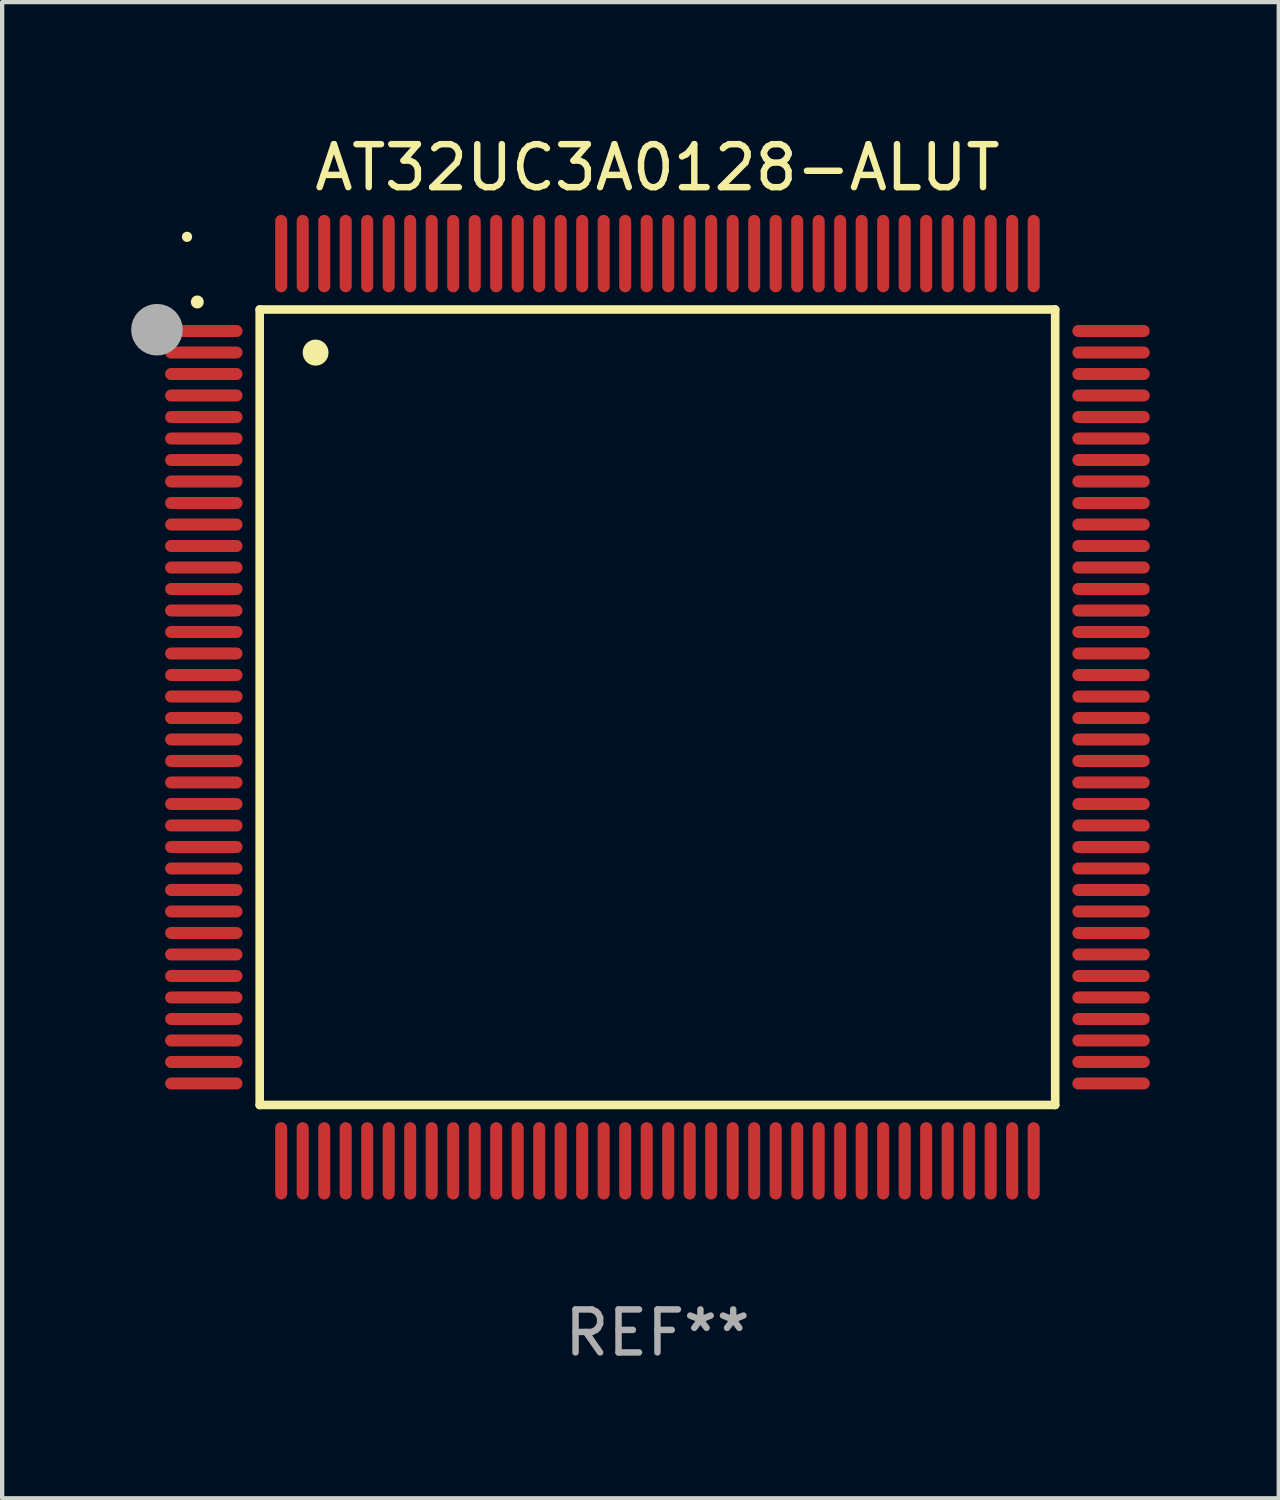
<source format=kicad_pcb>
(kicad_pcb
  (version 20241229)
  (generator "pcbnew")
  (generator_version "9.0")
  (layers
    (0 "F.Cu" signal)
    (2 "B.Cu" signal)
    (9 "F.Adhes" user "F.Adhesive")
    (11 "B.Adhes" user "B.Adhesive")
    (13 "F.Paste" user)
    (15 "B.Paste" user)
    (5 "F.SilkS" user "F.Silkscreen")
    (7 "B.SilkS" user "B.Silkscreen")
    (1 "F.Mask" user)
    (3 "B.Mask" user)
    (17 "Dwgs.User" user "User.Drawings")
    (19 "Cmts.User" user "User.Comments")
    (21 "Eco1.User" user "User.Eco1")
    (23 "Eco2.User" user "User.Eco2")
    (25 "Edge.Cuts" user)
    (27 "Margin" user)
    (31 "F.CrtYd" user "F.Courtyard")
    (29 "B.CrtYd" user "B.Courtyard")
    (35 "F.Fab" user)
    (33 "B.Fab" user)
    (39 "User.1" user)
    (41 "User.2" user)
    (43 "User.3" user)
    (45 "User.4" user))
  (footprint "AT32UC3A0128-ALUT"
    (layer "F.Cu")
    (at 12.24 13.398)
    (property "Reference" "AT32UC3A0128-ALUT" (at 0 -12.55 0) (layer "F.SilkS") (effects (font (size 1 1) (thickness 0.15))))
    (attr through_hole)
    (fp_line (start -9.25 -9.25) (end 9.25 -9.25) (stroke (width 0.2) (type solid)) (layer "F.SilkS"))
    (fp_line (start -9.25 9.25) (end -9.25 -9.25) (stroke (width 0.2) (type solid)) (layer "F.SilkS"))
    (fp_line (start 9.25 -9.25) (end 9.25 9.25) (stroke (width 0.2) (type solid)) (layer "F.SilkS"))
    (fp_line (start 9.25 9.25) (end -9.25 9.25) (stroke (width 0.2) (type solid)) (layer "F.SilkS"))
    (fp_arc (start -10.701041 -9.423419) (mid -10.701046 -9.424689) (end -10.701041 -9.425959) (stroke (width 0.3) (type solid)) (layer "F.SilkS"))
    (fp_arc (start -7.950216 -8.244856) (mid -7.950227 -8.247396) (end -7.950216 -8.249936) (stroke (width 0.6) (type solid)) (layer "F.SilkS"))
    (fp_circle (center -10.94 -10.94) (end -10.88 -10.94) (stroke (width 0.12) (type solid)) (fill no) (layer "F.SilkS"))
    (fp_circle (center -11.64 -8.78) (end -11.34 -8.78) (stroke (width 0.6) (type solid)) (fill no) (layer "F.Fab"))
    (fp_text user "REF**" (at 0 14.55 0) (layer "F.Fab") (effects (font (size 1 1) (thickness 0.15))))
    (pad "1" smd oval (at -10.55 -8.75 90) (size 0.28 1.8) (layers "F.Cu" "F.Mask" "F.Paste"))
    (pad "2" smd oval (at -10.55 -8.25 90) (size 0.28 1.8) (layers "F.Cu" "F.Mask" "F.Paste"))
    (pad "3" smd oval (at -10.55 -7.75 90) (size 0.28 1.8) (layers "F.Cu" "F.Mask" "F.Paste"))
    (pad "4" smd oval (at -10.55 -7.25 90) (size 0.28 1.8) (layers "F.Cu" "F.Mask" "F.Paste"))
    (pad "5" smd oval (at -10.55 -6.75 90) (size 0.28 1.8) (layers "F.Cu" "F.Mask" "F.Paste"))
    (pad "6" smd oval (at -10.55 -6.25 90) (size 0.28 1.8) (layers "F.Cu" "F.Mask" "F.Paste"))
    (pad "7" smd oval (at -10.55 -5.75 90) (size 0.28 1.8) (layers "F.Cu" "F.Mask" "F.Paste"))
    (pad "8" smd oval (at -10.55 -5.25 90) (size 0.28 1.8) (layers "F.Cu" "F.Mask" "F.Paste"))
    (pad "9" smd oval (at -10.55 -4.75 90) (size 0.28 1.8) (layers "F.Cu" "F.Mask" "F.Paste"))
    (pad "10" smd oval (at -10.55 -4.25 90) (size 0.28 1.8) (layers "F.Cu" "F.Mask" "F.Paste"))
    (pad "11" smd oval (at -10.55 -3.75 90) (size 0.28 1.8) (layers "F.Cu" "F.Mask" "F.Paste"))
    (pad "12" smd oval (at -10.55 -3.25 90) (size 0.28 1.8) (layers "F.Cu" "F.Mask" "F.Paste"))
    (pad "13" smd oval (at -10.55 -2.75 90) (size 0.28 1.8) (layers "F.Cu" "F.Mask" "F.Paste"))
    (pad "14" smd oval (at -10.55 -2.25 90) (size 0.28 1.8) (layers "F.Cu" "F.Mask" "F.Paste"))
    (pad "15" smd oval (at -10.55 -1.75 90) (size 0.28 1.8) (layers "F.Cu" "F.Mask" "F.Paste"))
    (pad "16" smd oval (at -10.55 -1.25 90) (size 0.28 1.8) (layers "F.Cu" "F.Mask" "F.Paste"))
    (pad "17" smd oval (at -10.55 -0.75 90) (size 0.28 1.8) (layers "F.Cu" "F.Mask" "F.Paste"))
    (pad "18" smd oval (at -10.55 -0.25 90) (size 0.28 1.8) (layers "F.Cu" "F.Mask" "F.Paste"))
    (pad "19" smd oval (at -10.55 0.25 90) (size 0.28 1.8) (layers "F.Cu" "F.Mask" "F.Paste"))
    (pad "20" smd oval (at -10.55 0.75 90) (size 0.28 1.8) (layers "F.Cu" "F.Mask" "F.Paste"))
    (pad "21" smd oval (at -10.55 1.25 90) (size 0.28 1.8) (layers "F.Cu" "F.Mask" "F.Paste"))
    (pad "22" smd oval (at -10.55 1.75 90) (size 0.28 1.8) (layers "F.Cu" "F.Mask" "F.Paste"))
    (pad "23" smd oval (at -10.55 2.25 90) (size 0.28 1.8) (layers "F.Cu" "F.Mask" "F.Paste"))
    (pad "24" smd oval (at -10.55 2.75 90) (size 0.28 1.8) (layers "F.Cu" "F.Mask" "F.Paste"))
    (pad "25" smd oval (at -10.55 3.25 90) (size 0.28 1.8) (layers "F.Cu" "F.Mask" "F.Paste"))
    (pad "26" smd oval (at -10.55 3.75 90) (size 0.28 1.8) (layers "F.Cu" "F.Mask" "F.Paste"))
    (pad "27" smd oval (at -10.55 4.25 90) (size 0.28 1.8) (layers "F.Cu" "F.Mask" "F.Paste"))
    (pad "28" smd oval (at -10.55 4.75 90) (size 0.28 1.8) (layers "F.Cu" "F.Mask" "F.Paste"))
    (pad "29" smd oval (at -10.55 5.25 90) (size 0.28 1.8) (layers "F.Cu" "F.Mask" "F.Paste"))
    (pad "30" smd oval (at -10.55 5.75 90) (size 0.28 1.8) (layers "F.Cu" "F.Mask" "F.Paste"))
    (pad "31" smd oval (at -10.55 6.25 90) (size 0.28 1.8) (layers "F.Cu" "F.Mask" "F.Paste"))
    (pad "32" smd oval (at -10.55 6.75 90) (size 0.28 1.8) (layers "F.Cu" "F.Mask" "F.Paste"))
    (pad "33" smd oval (at -10.55 7.25 90) (size 0.28 1.8) (layers "F.Cu" "F.Mask" "F.Paste"))
    (pad "34" smd oval (at -10.55 7.75 90) (size 0.28 1.8) (layers "F.Cu" "F.Mask" "F.Paste"))
    (pad "35" smd oval (at -10.55 8.25 90) (size 0.28 1.8) (layers "F.Cu" "F.Mask" "F.Paste"))
    (pad "36" smd oval (at -10.55 8.75 90) (size 0.28 1.8) (layers "F.Cu" "F.Mask" "F.Paste"))
    (pad "37" smd oval (at -8.75 10.55) (size 0.28 1.8) (layers "F.Cu" "F.Mask" "F.Paste"))
    (pad "38" smd oval (at -8.25 10.55) (size 0.28 1.8) (layers "F.Cu" "F.Mask" "F.Paste"))
    (pad "39" smd oval (at -7.75 10.55) (size 0.28 1.8) (layers "F.Cu" "F.Mask" "F.Paste"))
    (pad "40" smd oval (at -7.25 10.55) (size 0.28 1.8) (layers "F.Cu" "F.Mask" "F.Paste"))
    (pad "41" smd oval (at -6.75 10.55) (size 0.28 1.8) (layers "F.Cu" "F.Mask" "F.Paste"))
    (pad "42" smd oval (at -6.25 10.55) (size 0.28 1.8) (layers "F.Cu" "F.Mask" "F.Paste"))
    (pad "43" smd oval (at -5.75 10.55) (size 0.28 1.8) (layers "F.Cu" "F.Mask" "F.Paste"))
    (pad "44" smd oval (at -5.25 10.55) (size 0.28 1.8) (layers "F.Cu" "F.Mask" "F.Paste"))
    (pad "45" smd oval (at -4.75 10.55) (size 0.28 1.8) (layers "F.Cu" "F.Mask" "F.Paste"))
    (pad "46" smd oval (at -4.25 10.55) (size 0.28 1.8) (layers "F.Cu" "F.Mask" "F.Paste"))
    (pad "47" smd oval (at -3.75 10.55) (size 0.28 1.8) (layers "F.Cu" "F.Mask" "F.Paste"))
    (pad "48" smd oval (at -3.25 10.55) (size 0.28 1.8) (layers "F.Cu" "F.Mask" "F.Paste"))
    (pad "49" smd oval (at -2.75 10.55) (size 0.28 1.8) (layers "F.Cu" "F.Mask" "F.Paste"))
    (pad "50" smd oval (at -2.25 10.55) (size 0.28 1.8) (layers "F.Cu" "F.Mask" "F.Paste"))
    (pad "51" smd oval (at -1.75 10.55) (size 0.28 1.8) (layers "F.Cu" "F.Mask" "F.Paste"))
    (pad "52" smd oval (at -1.25 10.55) (size 0.28 1.8) (layers "F.Cu" "F.Mask" "F.Paste"))
    (pad "53" smd oval (at -0.75 10.55) (size 0.28 1.8) (layers "F.Cu" "F.Mask" "F.Paste"))
    (pad "54" smd oval (at -0.25 10.55) (size 0.28 1.8) (layers "F.Cu" "F.Mask" "F.Paste"))
    (pad "55" smd oval (at 0.25 10.55) (size 0.28 1.8) (layers "F.Cu" "F.Mask" "F.Paste"))
    (pad "56" smd oval (at 0.75 10.55) (size 0.28 1.8) (layers "F.Cu" "F.Mask" "F.Paste"))
    (pad "57" smd oval (at 1.25 10.55) (size 0.28 1.8) (layers "F.Cu" "F.Mask" "F.Paste"))
    (pad "58" smd oval (at 1.75 10.55) (size 0.28 1.8) (layers "F.Cu" "F.Mask" "F.Paste"))
    (pad "59" smd oval (at 2.25 10.55) (size 0.28 1.8) (layers "F.Cu" "F.Mask" "F.Paste"))
    (pad "60" smd oval (at 2.75 10.55) (size 0.28 1.8) (layers "F.Cu" "F.Mask" "F.Paste"))
    (pad "61" smd oval (at 3.25 10.55) (size 0.28 1.8) (layers "F.Cu" "F.Mask" "F.Paste"))
    (pad "62" smd oval (at 3.75 10.55) (size 0.28 1.8) (layers "F.Cu" "F.Mask" "F.Paste"))
    (pad "63" smd oval (at 4.25 10.55) (size 0.28 1.8) (layers "F.Cu" "F.Mask" "F.Paste"))
    (pad "64" smd oval (at 4.75 10.55) (size 0.28 1.8) (layers "F.Cu" "F.Mask" "F.Paste"))
    (pad "65" smd oval (at 5.25 10.55) (size 0.28 1.8) (layers "F.Cu" "F.Mask" "F.Paste"))
    (pad "66" smd oval (at 5.75 10.55) (size 0.28 1.8) (layers "F.Cu" "F.Mask" "F.Paste"))
    (pad "67" smd oval (at 6.25 10.55) (size 0.28 1.8) (layers "F.Cu" "F.Mask" "F.Paste"))
    (pad "68" smd oval (at 6.75 10.55) (size 0.28 1.8) (layers "F.Cu" "F.Mask" "F.Paste"))
    (pad "69" smd oval (at 7.25 10.55) (size 0.28 1.8) (layers "F.Cu" "F.Mask" "F.Paste"))
    (pad "70" smd oval (at 7.75 10.55) (size 0.28 1.8) (layers "F.Cu" "F.Mask" "F.Paste"))
    (pad "71" smd oval (at 8.25 10.55) (size 0.28 1.8) (layers "F.Cu" "F.Mask" "F.Paste"))
    (pad "72" smd oval (at 8.75 10.55) (size 0.28 1.8) (layers "F.Cu" "F.Mask" "F.Paste"))
    (pad "73" smd oval (at 10.55 8.75 90) (size 0.28 1.8) (layers "F.Cu" "F.Mask" "F.Paste"))
    (pad "74" smd oval (at 10.55 8.25 90) (size 0.28 1.8) (layers "F.Cu" "F.Mask" "F.Paste"))
    (pad "75" smd oval (at 10.55 7.75 90) (size 0.28 1.8) (layers "F.Cu" "F.Mask" "F.Paste"))
    (pad "76" smd oval (at 10.55 7.25 90) (size 0.28 1.8) (layers "F.Cu" "F.Mask" "F.Paste"))
    (pad "77" smd oval (at 10.55 6.75 90) (size 0.28 1.8) (layers "F.Cu" "F.Mask" "F.Paste"))
    (pad "78" smd oval (at 10.55 6.25 90) (size 0.28 1.8) (layers "F.Cu" "F.Mask" "F.Paste"))
    (pad "79" smd oval (at 10.55 5.75 90) (size 0.28 1.8) (layers "F.Cu" "F.Mask" "F.Paste"))
    (pad "80" smd oval (at 10.55 5.25 90) (size 0.28 1.8) (layers "F.Cu" "F.Mask" "F.Paste"))
    (pad "81" smd oval (at 10.55 4.75 90) (size 0.28 1.8) (layers "F.Cu" "F.Mask" "F.Paste"))
    (pad "82" smd oval (at 10.55 4.25 90) (size 0.28 1.8) (layers "F.Cu" "F.Mask" "F.Paste"))
    (pad "83" smd oval (at 10.55 3.75 90) (size 0.28 1.8) (layers "F.Cu" "F.Mask" "F.Paste"))
    (pad "84" smd oval (at 10.55 3.25 90) (size 0.28 1.8) (layers "F.Cu" "F.Mask" "F.Paste"))
    (pad "85" smd oval (at 10.55 2.75 90) (size 0.28 1.8) (layers "F.Cu" "F.Mask" "F.Paste"))
    (pad "86" smd oval (at 10.55 2.25 90) (size 0.28 1.8) (layers "F.Cu" "F.Mask" "F.Paste"))
    (pad "87" smd oval (at 10.55 1.75 90) (size 0.28 1.8) (layers "F.Cu" "F.Mask" "F.Paste"))
    (pad "88" smd oval (at 10.55 1.25 90) (size 0.28 1.8) (layers "F.Cu" "F.Mask" "F.Paste"))
    (pad "89" smd oval (at 10.55 0.75 90) (size 0.28 1.8) (layers "F.Cu" "F.Mask" "F.Paste"))
    (pad "90" smd oval (at 10.55 0.25 90) (size 0.28 1.8) (layers "F.Cu" "F.Mask" "F.Paste"))
    (pad "91" smd oval (at 10.55 -0.25 90) (size 0.28 1.8) (layers "F.Cu" "F.Mask" "F.Paste"))
    (pad "92" smd oval (at 10.55 -0.75 90) (size 0.28 1.8) (layers "F.Cu" "F.Mask" "F.Paste"))
    (pad "93" smd oval (at 10.55 -1.25 90) (size 0.28 1.8) (layers "F.Cu" "F.Mask" "F.Paste"))
    (pad "94" smd oval (at 10.55 -1.75 90) (size 0.28 1.8) (layers "F.Cu" "F.Mask" "F.Paste"))
    (pad "95" smd oval (at 10.55 -2.25 90) (size 0.28 1.8) (layers "F.Cu" "F.Mask" "F.Paste"))
    (pad "96" smd oval (at 10.55 -2.75 90) (size 0.28 1.8) (layers "F.Cu" "F.Mask" "F.Paste"))
    (pad "97" smd oval (at 10.55 -3.25 90) (size 0.28 1.8) (layers "F.Cu" "F.Mask" "F.Paste"))
    (pad "98" smd oval (at 10.55 -3.75 90) (size 0.28 1.8) (layers "F.Cu" "F.Mask" "F.Paste"))
    (pad "99" smd oval (at 10.55 -4.25 90) (size 0.28 1.8) (layers "F.Cu" "F.Mask" "F.Paste"))
    (pad "100" smd oval (at 10.55 -4.75 90) (size 0.28 1.8) (layers "F.Cu" "F.Mask" "F.Paste"))
    (pad "101" smd oval (at 10.55 -5.25 90) (size 0.28 1.8) (layers "F.Cu" "F.Mask" "F.Paste"))
    (pad "102" smd oval (at 10.55 -5.75 90) (size 0.28 1.8) (layers "F.Cu" "F.Mask" "F.Paste"))
    (pad "103" smd oval (at 10.55 -6.25 90) (size 0.28 1.8) (layers "F.Cu" "F.Mask" "F.Paste"))
    (pad "104" smd oval (at 10.55 -6.75 90) (size 0.28 1.8) (layers "F.Cu" "F.Mask" "F.Paste"))
    (pad "105" smd oval (at 10.55 -7.25 90) (size 0.28 1.8) (layers "F.Cu" "F.Mask" "F.Paste"))
    (pad "106" smd oval (at 10.55 -7.75 90) (size 0.28 1.8) (layers "F.Cu" "F.Mask" "F.Paste"))
    (pad "107" smd oval (at 10.55 -8.25 90) (size 0.28 1.8) (layers "F.Cu" "F.Mask" "F.Paste"))
    (pad "108" smd oval (at 10.55 -8.75 90) (size 0.28 1.8) (layers "F.Cu" "F.Mask" "F.Paste"))
    (pad "109" smd oval (at 8.75 -10.55) (size 0.28 1.8) (layers "F.Cu" "F.Mask" "F.Paste"))
    (pad "110" smd oval (at 8.25 -10.55) (size 0.28 1.8) (layers "F.Cu" "F.Mask" "F.Paste"))
    (pad "111" smd oval (at 7.75 -10.55) (size 0.28 1.8) (layers "F.Cu" "F.Mask" "F.Paste"))
    (pad "112" smd oval (at 7.25 -10.55) (size 0.28 1.8) (layers "F.Cu" "F.Mask" "F.Paste"))
    (pad "113" smd oval (at 6.75 -10.55) (size 0.28 1.8) (layers "F.Cu" "F.Mask" "F.Paste"))
    (pad "114" smd oval (at 6.25 -10.55) (size 0.28 1.8) (layers "F.Cu" "F.Mask" "F.Paste"))
    (pad "115" smd oval (at 5.75 -10.55) (size 0.28 1.8) (layers "F.Cu" "F.Mask" "F.Paste"))
    (pad "116" smd oval (at 5.25 -10.55) (size 0.28 1.8) (layers "F.Cu" "F.Mask" "F.Paste"))
    (pad "117" smd oval (at 4.75 -10.55) (size 0.28 1.8) (layers "F.Cu" "F.Mask" "F.Paste"))
    (pad "118" smd oval (at 4.25 -10.55) (size 0.28 1.8) (layers "F.Cu" "F.Mask" "F.Paste"))
    (pad "119" smd oval (at 3.75 -10.55) (size 0.28 1.8) (layers "F.Cu" "F.Mask" "F.Paste"))
    (pad "120" smd oval (at 3.25 -10.55) (size 0.28 1.8) (layers "F.Cu" "F.Mask" "F.Paste"))
    (pad "121" smd oval (at 2.75 -10.55) (size 0.28 1.8) (layers "F.Cu" "F.Mask" "F.Paste"))
    (pad "122" smd oval (at 2.25 -10.55) (size 0.28 1.8) (layers "F.Cu" "F.Mask" "F.Paste"))
    (pad "123" smd oval (at 1.75 -10.55) (size 0.28 1.8) (layers "F.Cu" "F.Mask" "F.Paste"))
    (pad "124" smd oval (at 1.25 -10.55) (size 0.28 1.8) (layers "F.Cu" "F.Mask" "F.Paste"))
    (pad "125" smd oval (at 0.75 -10.55) (size 0.28 1.8) (layers "F.Cu" "F.Mask" "F.Paste"))
    (pad "126" smd oval (at 0.25 -10.55) (size 0.28 1.8) (layers "F.Cu" "F.Mask" "F.Paste"))
    (pad "127" smd oval (at -0.25 -10.55) (size 0.28 1.8) (layers "F.Cu" "F.Mask" "F.Paste"))
    (pad "128" smd oval (at -0.75 -10.55) (size 0.28 1.8) (layers "F.Cu" "F.Mask" "F.Paste"))
    (pad "129" smd oval (at -1.25 -10.55) (size 0.28 1.8) (layers "F.Cu" "F.Mask" "F.Paste"))
    (pad "130" smd oval (at -1.75 -10.55) (size 0.28 1.8) (layers "F.Cu" "F.Mask" "F.Paste"))
    (pad "131" smd oval (at -2.25 -10.55) (size 0.28 1.8) (layers "F.Cu" "F.Mask" "F.Paste"))
    (pad "132" smd oval (at -2.75 -10.55) (size 0.28 1.8) (layers "F.Cu" "F.Mask" "F.Paste"))
    (pad "133" smd oval (at -3.25 -10.55) (size 0.28 1.8) (layers "F.Cu" "F.Mask" "F.Paste"))
    (pad "134" smd oval (at -3.75 -10.55) (size 0.28 1.8) (layers "F.Cu" "F.Mask" "F.Paste"))
    (pad "135" smd oval (at -4.25 -10.55) (size 0.28 1.8) (layers "F.Cu" "F.Mask" "F.Paste"))
    (pad "136" smd oval (at -4.75 -10.55) (size 0.28 1.8) (layers "F.Cu" "F.Mask" "F.Paste"))
    (pad "137" smd oval (at -5.25 -10.55) (size 0.28 1.8) (layers "F.Cu" "F.Mask" "F.Paste"))
    (pad "138" smd oval (at -5.75 -10.55) (size 0.28 1.8) (layers "F.Cu" "F.Mask" "F.Paste"))
    (pad "139" smd oval (at -6.25 -10.55) (size 0.28 1.8) (layers "F.Cu" "F.Mask" "F.Paste"))
    (pad "140" smd oval (at -6.75 -10.55) (size 0.28 1.8) (layers "F.Cu" "F.Mask" "F.Paste"))
    (pad "141" smd oval (at -7.25 -10.55) (size 0.28 1.8) (layers "F.Cu" "F.Mask" "F.Paste"))
    (pad "142" smd oval (at -7.75 -10.55) (size 0.28 1.8) (layers "F.Cu" "F.Mask" "F.Paste"))
    (pad "143" smd oval (at -8.25 -10.55) (size 0.28 1.8) (layers "F.Cu" "F.Mask" "F.Paste"))
    (pad "144" smd oval (at -8.75 -10.55) (size 0.28 1.8) (layers "F.Cu" "F.Mask" "F.Paste")))
  (gr_rect
    (start -3 -3)
    (end 26.69 31.796)
    (stroke (width 0.1) (type default))
    (fill no)
    (layer "Edge.Cuts")))
</source>
